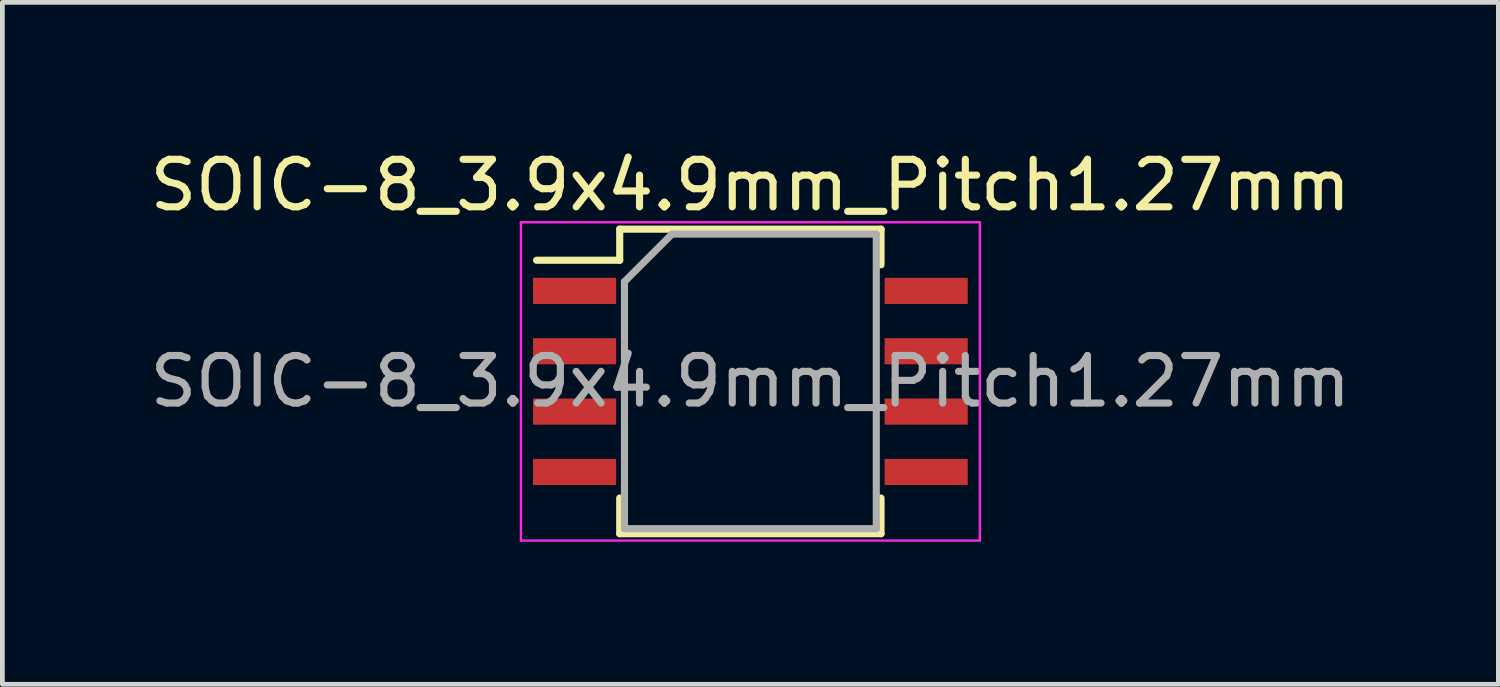
<source format=kicad_pcb>
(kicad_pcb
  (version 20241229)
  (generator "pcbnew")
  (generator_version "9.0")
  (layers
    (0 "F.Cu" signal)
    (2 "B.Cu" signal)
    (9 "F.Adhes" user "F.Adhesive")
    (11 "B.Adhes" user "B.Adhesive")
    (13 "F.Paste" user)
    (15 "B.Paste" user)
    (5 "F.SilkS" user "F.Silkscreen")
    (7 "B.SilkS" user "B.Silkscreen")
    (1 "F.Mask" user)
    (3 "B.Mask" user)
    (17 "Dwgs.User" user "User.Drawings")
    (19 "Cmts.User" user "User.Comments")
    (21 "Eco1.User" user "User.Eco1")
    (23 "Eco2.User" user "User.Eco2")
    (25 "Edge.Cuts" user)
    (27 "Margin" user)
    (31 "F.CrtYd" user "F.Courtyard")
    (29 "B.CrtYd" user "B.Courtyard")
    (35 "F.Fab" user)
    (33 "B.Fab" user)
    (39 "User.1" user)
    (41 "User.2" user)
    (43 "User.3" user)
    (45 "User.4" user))
  (footprint "SOIC-8_3.9x4.9mm_Pitch1.27mm"
    (layer "F.Cu")
    (at 12.744 4.978)
    (property "Reference" "SOIC-8_3.9x4.9mm_Pitch1.27mm" (at 0 -4.13 0) (layer "F.SilkS") (effects (font (size 1 1) (thickness 0.15))))
    (attr smd)
    (fp_line (start -2.75 -3.205) (end -2.75 -2.55) (stroke (width 0.15) (type solid)) (layer "F.SilkS"))
    (fp_line (start -2.75 -3.205) (end 2.75 -3.205) (stroke (width 0.15) (type solid)) (layer "F.SilkS"))
    (fp_line (start -2.75 -2.55) (end -4.5 -2.55) (stroke (width 0.15) (type solid)) (layer "F.SilkS"))
    (fp_line (start -2.75 3.205) (end -2.75 2.455) (stroke (width 0.15) (type solid)) (layer "F.SilkS"))
    (fp_line (start -2.75 3.205) (end 2.75 3.205) (stroke (width 0.15) (type solid)) (layer "F.SilkS"))
    (fp_line (start 2.75 -3.205) (end 2.75 -2.455) (stroke (width 0.15) (type solid)) (layer "F.SilkS"))
    (fp_line (start 2.75 3.205) (end 2.75 2.455) (stroke (width 0.15) (type solid)) (layer "F.SilkS"))
    (fp_line (start -4.83 -3.35) (end -4.83 3.35) (stroke (width 0.05) (type solid)) (layer "F.CrtYd"))
    (fp_line (start -4.83 -3.35) (end 4.83 -3.35) (stroke (width 0.05) (type solid)) (layer "F.CrtYd"))
    (fp_line (start -4.83 3.35) (end 4.83 3.35) (stroke (width 0.05) (type solid)) (layer "F.CrtYd"))
    (fp_line (start 4.83 -3.35) (end 4.83 3.35) (stroke (width 0.05) (type solid)) (layer "F.CrtYd"))
    (fp_line (start -2.65 -2.1) (end -1.65 -3.1) (stroke (width 0.15) (type solid)) (layer "F.Fab"))
    (fp_line (start -2.65 3.1) (end -2.65 -2.1) (stroke (width 0.15) (type solid)) (layer "F.Fab"))
    (fp_line (start -1.65 -3.1) (end 2.65 -3.1) (stroke (width 0.15) (type solid)) (layer "F.Fab"))
    (fp_line (start 2.65 -3.1) (end 2.65 3.1) (stroke (width 0.15) (type solid)) (layer "F.Fab"))
    (fp_line (start 2.65 3.1) (end -2.65 3.1) (stroke (width 0.15) (type solid)) (layer "F.Fab"))
    (fp_text user "${REFERENCE}" (at 0 0 0) (layer "F.Fab") (effects (font (size 1 1) (thickness 0.15))))
    (pad "1" smd rect (at -3.7 -1.905) (size 1.75 0.55) (layers "F.Cu" "F.Mask" "F.Paste"))
    (pad "2" smd rect (at -3.7 -0.635) (size 1.75 0.55) (layers "F.Cu" "F.Mask" "F.Paste"))
    (pad "3" smd rect (at -3.7 0.635) (size 1.75 0.55) (layers "F.Cu" "F.Mask" "F.Paste"))
    (pad "4" smd rect (at -3.7 1.905) (size 1.75 0.55) (layers "F.Cu" "F.Mask" "F.Paste"))
    (pad "5" smd rect (at 3.7 1.905) (size 1.75 0.55) (layers "F.Cu" "F.Mask" "F.Paste"))
    (pad "6" smd rect (at 3.7 0.635) (size 1.75 0.55) (layers "F.Cu" "F.Mask" "F.Paste"))
    (pad "7" smd rect (at 3.7 -0.635) (size 1.75 0.55) (layers "F.Cu" "F.Mask" "F.Paste"))
    (pad "8" smd rect (at 3.7 -1.905) (size 1.75 0.55) (layers "F.Cu" "F.Mask" "F.Paste")))
  (gr_rect
    (start -3 -3)
    (end 28.488 11.353)
    (stroke (width 0.1) (type default))
    (fill no)
    (layer "Edge.Cuts")))
</source>
